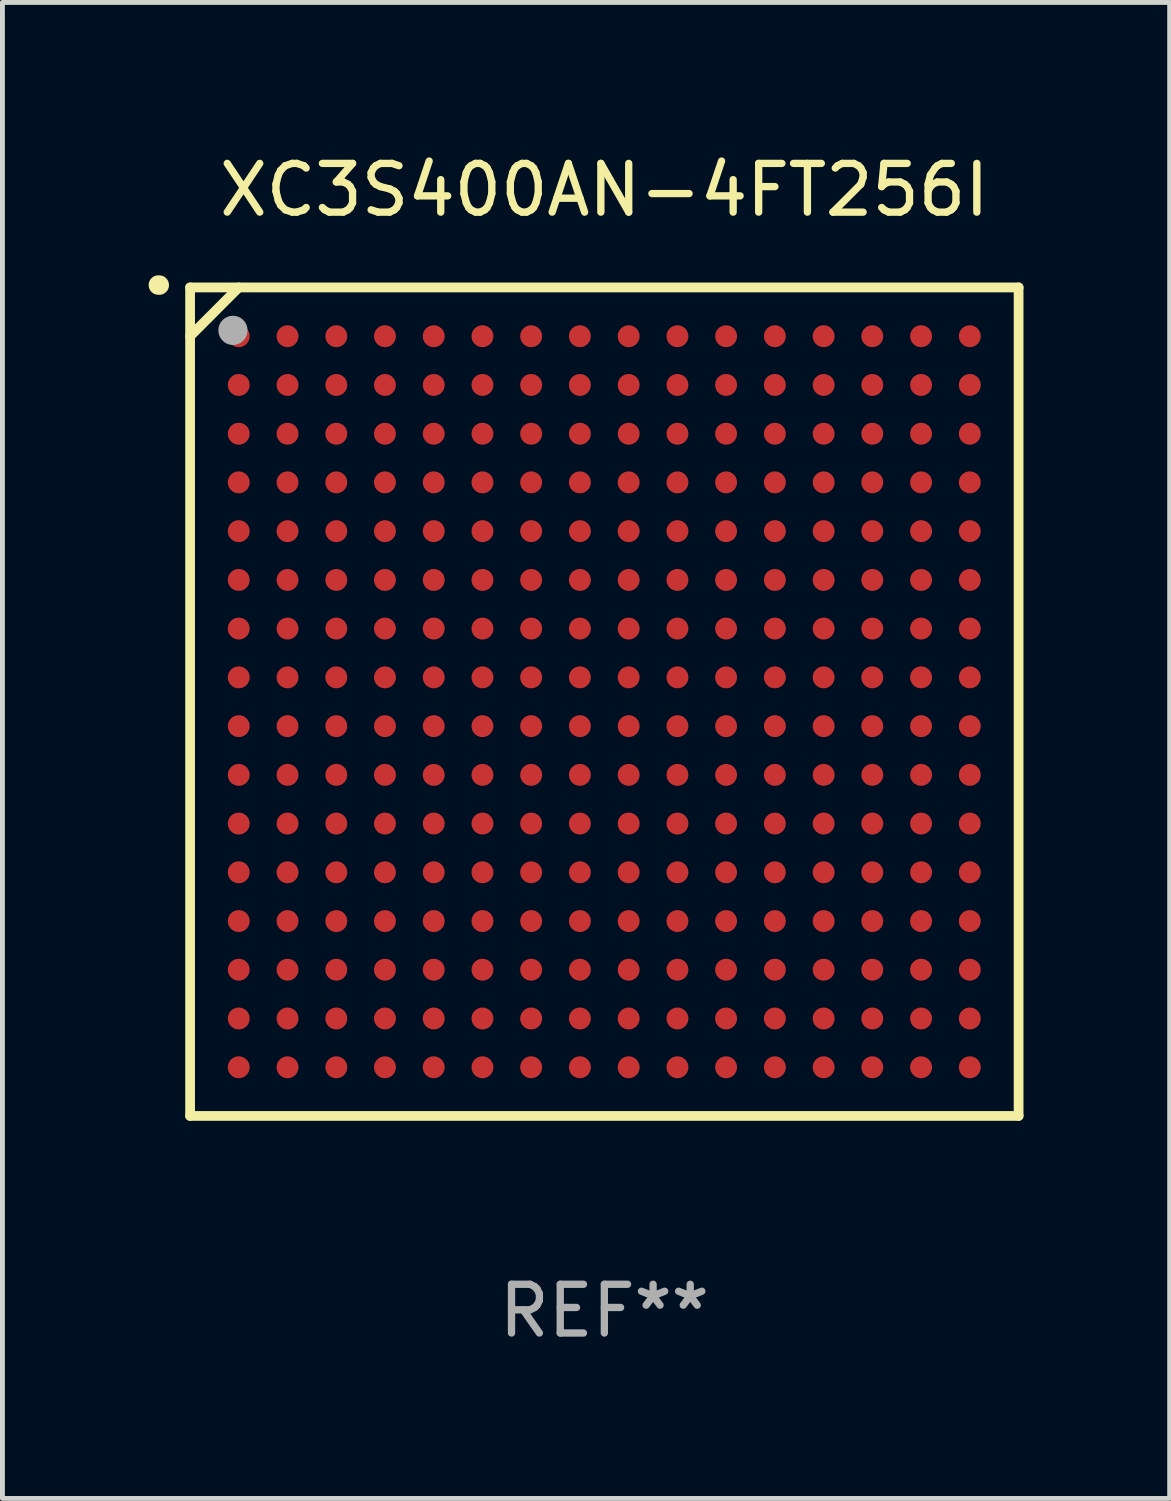
<source format=kicad_pcb>
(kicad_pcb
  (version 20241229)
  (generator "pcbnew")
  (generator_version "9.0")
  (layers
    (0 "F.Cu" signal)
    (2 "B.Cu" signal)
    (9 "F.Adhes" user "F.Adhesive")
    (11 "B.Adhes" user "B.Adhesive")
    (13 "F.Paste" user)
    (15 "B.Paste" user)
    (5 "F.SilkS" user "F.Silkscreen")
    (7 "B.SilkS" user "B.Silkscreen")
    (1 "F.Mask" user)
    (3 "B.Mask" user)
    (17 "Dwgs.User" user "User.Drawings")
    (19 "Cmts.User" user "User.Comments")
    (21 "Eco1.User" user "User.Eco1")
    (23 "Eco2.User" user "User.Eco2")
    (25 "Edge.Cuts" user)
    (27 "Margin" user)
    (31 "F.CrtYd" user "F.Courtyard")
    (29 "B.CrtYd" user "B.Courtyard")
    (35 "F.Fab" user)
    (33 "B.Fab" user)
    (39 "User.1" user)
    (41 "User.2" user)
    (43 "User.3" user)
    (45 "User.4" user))
  (footprint "XC3S400AN-4FT256I"
    (layer "F.Cu")
    (at 9.351 11.348)
    (property "Reference" "XC3S400AN-4FT256I" (at 0 -10.5 0) (layer "F.SilkS") (effects (font (size 1 1) (thickness 0.15))))
    (attr through_hole)
    (fp_line (start -8.5 -8.5) (end 8.5 -8.5) (stroke (width 0.2) (type solid)) (layer "F.SilkS"))
    (fp_line (start -8.5 -7.499) (end -7.502 -8.5) (stroke (width 0.2) (type solid)) (layer "F.SilkS"))
    (fp_line (start -8.5 8.5) (end -8.5 -8.5) (stroke (width 0.2) (type solid)) (layer "F.SilkS"))
    (fp_line (start 8.5 -8.5) (end 8.5 8.5) (stroke (width 0.2) (type solid)) (layer "F.SilkS"))
    (fp_line (start 8.5 8.5) (end -8.5 8.5) (stroke (width 0.2) (type solid)) (layer "F.SilkS"))
    (fp_arc (start -9.151181 -8.548768) (mid -9.142295 -8.548541) (end -9.133426 -8.547955) (stroke (width 0.4) (type solid)) (layer "F.SilkS"))
    (fp_circle (center -8.501 -8.499) (end -8.471 -8.499) (stroke (width 0.06) (type solid)) (fill no) (layer "F.SilkS"))
    (fp_circle (center -7.621 -7.619) (end -7.471 -7.619) (stroke (width 0.3) (type solid)) (fill no) (layer "F.Fab"))
    (fp_text user "REF**" (at 0 12.5 0) (layer "F.Fab") (effects (font (size 1 1) (thickness 0.15))))
    (pad "A1" smd circle (at -7.502 -7.499) (size 0.45 0.45) (layers "F.Cu" "F.Mask" "F.Paste"))
    (pad "A2" smd circle (at -6.501 -7.499) (size 0.45 0.45) (layers "F.Cu" "F.Mask" "F.Paste"))
    (pad "A3" smd circle (at -5.5 -7.499) (size 0.45 0.45) (layers "F.Cu" "F.Mask" "F.Paste"))
    (pad "A4" smd circle (at -4.502 -7.499) (size 0.45 0.45) (layers "F.Cu" "F.Mask" "F.Paste"))
    (pad "A5" smd circle (at -3.501 -7.499) (size 0.45 0.45) (layers "F.Cu" "F.Mask" "F.Paste"))
    (pad "A6" smd circle (at -2.501 -7.499) (size 0.45 0.45) (layers "F.Cu" "F.Mask" "F.Paste"))
    (pad "A7" smd circle (at -1.502 -7.499) (size 0.45 0.45) (layers "F.Cu" "F.Mask" "F.Paste"))
    (pad "A8" smd circle (at -0.502 -7.499) (size 0.45 0.45) (layers "F.Cu" "F.Mask" "F.Paste"))
    (pad "A9" smd circle (at 0.499 -7.499) (size 0.45 0.45) (layers "F.Cu" "F.Mask" "F.Paste"))
    (pad "A10" smd circle (at 1.5 -7.499) (size 0.45 0.45) (layers "F.Cu" "F.Mask" "F.Paste"))
    (pad "A11" smd circle (at 2.498 -7.499) (size 0.45 0.45) (layers "F.Cu" "F.Mask" "F.Paste"))
    (pad "A12" smd circle (at 3.499 -7.499) (size 0.45 0.45) (layers "F.Cu" "F.Mask" "F.Paste"))
    (pad "A13" smd circle (at 4.5 -7.499) (size 0.45 0.45) (layers "F.Cu" "F.Mask" "F.Paste"))
    (pad "A14" smd circle (at 5.498 -7.499) (size 0.45 0.45) (layers "F.Cu" "F.Mask" "F.Paste"))
    (pad "A15" smd circle (at 6.499 -7.499) (size 0.45 0.45) (layers "F.Cu" "F.Mask" "F.Paste"))
    (pad "A16" smd circle (at 7.499 -7.499) (size 0.45 0.45) (layers "F.Cu" "F.Mask" "F.Paste"))
    (pad "B1" smd circle (at -7.502 -6.499) (size 0.45 0.45) (layers "F.Cu" "F.Mask" "F.Paste"))
    (pad "B2" smd circle (at -6.501 -6.499) (size 0.45 0.45) (layers "F.Cu" "F.Mask" "F.Paste"))
    (pad "B3" smd circle (at -5.5 -6.499) (size 0.45 0.45) (layers "F.Cu" "F.Mask" "F.Paste"))
    (pad "B4" smd circle (at -4.502 -6.499) (size 0.45 0.45) (layers "F.Cu" "F.Mask" "F.Paste"))
    (pad "B5" smd circle (at -3.501 -6.499) (size 0.45 0.45) (layers "F.Cu" "F.Mask" "F.Paste"))
    (pad "B6" smd circle (at -2.501 -6.499) (size 0.45 0.45) (layers "F.Cu" "F.Mask" "F.Paste"))
    (pad "B7" smd circle (at -1.502 -6.499) (size 0.45 0.45) (layers "F.Cu" "F.Mask" "F.Paste"))
    (pad "B8" smd circle (at -0.502 -6.499) (size 0.45 0.45) (layers "F.Cu" "F.Mask" "F.Paste"))
    (pad "B9" smd circle (at 0.499 -6.499) (size 0.45 0.45) (layers "F.Cu" "F.Mask" "F.Paste"))
    (pad "B10" smd circle (at 1.5 -6.499) (size 0.45 0.45) (layers "F.Cu" "F.Mask" "F.Paste"))
    (pad "B11" smd circle (at 2.498 -6.499) (size 0.45 0.45) (layers "F.Cu" "F.Mask" "F.Paste"))
    (pad "B12" smd circle (at 3.499 -6.499) (size 0.45 0.45) (layers "F.Cu" "F.Mask" "F.Paste"))
    (pad "B13" smd circle (at 4.5 -6.499) (size 0.45 0.45) (layers "F.Cu" "F.Mask" "F.Paste"))
    (pad "B14" smd circle (at 5.498 -6.499) (size 0.45 0.45) (layers "F.Cu" "F.Mask" "F.Paste"))
    (pad "B15" smd circle (at 6.499 -6.499) (size 0.45 0.45) (layers "F.Cu" "F.Mask" "F.Paste"))
    (pad "B16" smd circle (at 7.499 -6.499) (size 0.45 0.45) (layers "F.Cu" "F.Mask" "F.Paste"))
    (pad "C1" smd circle (at -7.502 -5.498) (size 0.45 0.45) (layers "F.Cu" "F.Mask" "F.Paste"))
    (pad "C2" smd circle (at -6.501 -5.498) (size 0.45 0.45) (layers "F.Cu" "F.Mask" "F.Paste"))
    (pad "C3" smd circle (at -5.5 -5.498) (size 0.45 0.45) (layers "F.Cu" "F.Mask" "F.Paste"))
    (pad "C4" smd circle (at -4.502 -5.498) (size 0.45 0.45) (layers "F.Cu" "F.Mask" "F.Paste"))
    (pad "C5" smd circle (at -3.501 -5.498) (size 0.45 0.45) (layers "F.Cu" "F.Mask" "F.Paste"))
    (pad "C6" smd circle (at -2.501 -5.498) (size 0.45 0.45) (layers "F.Cu" "F.Mask" "F.Paste"))
    (pad "C7" smd circle (at -1.502 -5.498) (size 0.45 0.45) (layers "F.Cu" "F.Mask" "F.Paste"))
    (pad "C8" smd circle (at -0.502 -5.498) (size 0.45 0.45) (layers "F.Cu" "F.Mask" "F.Paste"))
    (pad "C9" smd circle (at 0.499 -5.498) (size 0.45 0.45) (layers "F.Cu" "F.Mask" "F.Paste"))
    (pad "C10" smd circle (at 1.5 -5.498) (size 0.45 0.45) (layers "F.Cu" "F.Mask" "F.Paste"))
    (pad "C11" smd circle (at 2.498 -5.498) (size 0.45 0.45) (layers "F.Cu" "F.Mask" "F.Paste"))
    (pad "C12" smd circle (at 3.499 -5.498) (size 0.45 0.45) (layers "F.Cu" "F.Mask" "F.Paste"))
    (pad "C13" smd circle (at 4.5 -5.498) (size 0.45 0.45) (layers "F.Cu" "F.Mask" "F.Paste"))
    (pad "C14" smd circle (at 5.498 -5.498) (size 0.45 0.45) (layers "F.Cu" "F.Mask" "F.Paste"))
    (pad "C15" smd circle (at 6.499 -5.498) (size 0.45 0.45) (layers "F.Cu" "F.Mask" "F.Paste"))
    (pad "C16" smd circle (at 7.499 -5.498) (size 0.45 0.45) (layers "F.Cu" "F.Mask" "F.Paste"))
    (pad "D1" smd circle (at -7.502 -4.5) (size 0.45 0.45) (layers "F.Cu" "F.Mask" "F.Paste"))
    (pad "D2" smd circle (at -6.501 -4.5) (size 0.45 0.45) (layers "F.Cu" "F.Mask" "F.Paste"))
    (pad "D3" smd circle (at -5.5 -4.5) (size 0.45 0.45) (layers "F.Cu" "F.Mask" "F.Paste"))
    (pad "D4" smd circle (at -4.502 -4.5) (size 0.45 0.45) (layers "F.Cu" "F.Mask" "F.Paste"))
    (pad "D5" smd circle (at -3.501 -4.5) (size 0.45 0.45) (layers "F.Cu" "F.Mask" "F.Paste"))
    (pad "D6" smd circle (at -2.501 -4.5) (size 0.45 0.45) (layers "F.Cu" "F.Mask" "F.Paste"))
    (pad "D7" smd circle (at -1.502 -4.5) (size 0.45 0.45) (layers "F.Cu" "F.Mask" "F.Paste"))
    (pad "D8" smd circle (at -0.502 -4.5) (size 0.45 0.45) (layers "F.Cu" "F.Mask" "F.Paste"))
    (pad "D9" smd circle (at 0.499 -4.5) (size 0.45 0.45) (layers "F.Cu" "F.Mask" "F.Paste"))
    (pad "D10" smd circle (at 1.5 -4.5) (size 0.45 0.45) (layers "F.Cu" "F.Mask" "F.Paste"))
    (pad "D11" smd circle (at 2.498 -4.5) (size 0.45 0.45) (layers "F.Cu" "F.Mask" "F.Paste"))
    (pad "D12" smd circle (at 3.499 -4.5) (size 0.45 0.45) (layers "F.Cu" "F.Mask" "F.Paste"))
    (pad "D13" smd circle (at 4.5 -4.5) (size 0.45 0.45) (layers "F.Cu" "F.Mask" "F.Paste"))
    (pad "D14" smd circle (at 5.498 -4.5) (size 0.45 0.45) (layers "F.Cu" "F.Mask" "F.Paste"))
    (pad "D15" smd circle (at 6.499 -4.5) (size 0.45 0.45) (layers "F.Cu" "F.Mask" "F.Paste"))
    (pad "D16" smd circle (at 7.499 -4.5) (size 0.45 0.45) (layers "F.Cu" "F.Mask" "F.Paste"))
    (pad "E1" smd circle (at -7.502 -3.499) (size 0.45 0.45) (layers "F.Cu" "F.Mask" "F.Paste"))
    (pad "E2" smd circle (at -6.501 -3.499) (size 0.45 0.45) (layers "F.Cu" "F.Mask" "F.Paste"))
    (pad "E3" smd circle (at -5.5 -3.499) (size 0.45 0.45) (layers "F.Cu" "F.Mask" "F.Paste"))
    (pad "E4" smd circle (at -4.502 -3.499) (size 0.45 0.45) (layers "F.Cu" "F.Mask" "F.Paste"))
    (pad "E5" smd circle (at -3.501 -3.499) (size 0.45 0.45) (layers "F.Cu" "F.Mask" "F.Paste"))
    (pad "E6" smd circle (at -2.501 -3.499) (size 0.45 0.45) (layers "F.Cu" "F.Mask" "F.Paste"))
    (pad "E7" smd circle (at -1.502 -3.499) (size 0.45 0.45) (layers "F.Cu" "F.Mask" "F.Paste"))
    (pad "E8" smd circle (at -0.502 -3.499) (size 0.45 0.45) (layers "F.Cu" "F.Mask" "F.Paste"))
    (pad "E9" smd circle (at 0.499 -3.499) (size 0.45 0.45) (layers "F.Cu" "F.Mask" "F.Paste"))
    (pad "E10" smd circle (at 1.5 -3.499) (size 0.45 0.45) (layers "F.Cu" "F.Mask" "F.Paste"))
    (pad "E11" smd circle (at 2.498 -3.499) (size 0.45 0.45) (layers "F.Cu" "F.Mask" "F.Paste"))
    (pad "E12" smd circle (at 3.499 -3.499) (size 0.45 0.45) (layers "F.Cu" "F.Mask" "F.Paste"))
    (pad "E13" smd circle (at 4.5 -3.499) (size 0.45 0.45) (layers "F.Cu" "F.Mask" "F.Paste"))
    (pad "E14" smd circle (at 5.498 -3.499) (size 0.45 0.45) (layers "F.Cu" "F.Mask" "F.Paste"))
    (pad "E15" smd circle (at 6.499 -3.499) (size 0.45 0.45) (layers "F.Cu" "F.Mask" "F.Paste"))
    (pad "E16" smd circle (at 7.499 -3.499) (size 0.45 0.45) (layers "F.Cu" "F.Mask" "F.Paste"))
    (pad "F1" smd circle (at -7.502 -2.498) (size 0.45 0.45) (layers "F.Cu" "F.Mask" "F.Paste"))
    (pad "F2" smd circle (at -6.501 -2.498) (size 0.45 0.45) (layers "F.Cu" "F.Mask" "F.Paste"))
    (pad "F3" smd circle (at -5.5 -2.498) (size 0.45 0.45) (layers "F.Cu" "F.Mask" "F.Paste"))
    (pad "F4" smd circle (at -4.502 -2.498) (size 0.45 0.45) (layers "F.Cu" "F.Mask" "F.Paste"))
    (pad "F5" smd circle (at -3.501 -2.498) (size 0.45 0.45) (layers "F.Cu" "F.Mask" "F.Paste"))
    (pad "F6" smd circle (at -2.501 -2.498) (size 0.45 0.45) (layers "F.Cu" "F.Mask" "F.Paste"))
    (pad "F7" smd circle (at -1.502 -2.498) (size 0.45 0.45) (layers "F.Cu" "F.Mask" "F.Paste"))
    (pad "F8" smd circle (at -0.502 -2.498) (size 0.45 0.45) (layers "F.Cu" "F.Mask" "F.Paste"))
    (pad "F9" smd circle (at 0.499 -2.498) (size 0.45 0.45) (layers "F.Cu" "F.Mask" "F.Paste"))
    (pad "F10" smd circle (at 1.5 -2.498) (size 0.45 0.45) (layers "F.Cu" "F.Mask" "F.Paste"))
    (pad "F11" smd circle (at 2.498 -2.498) (size 0.45 0.45) (layers "F.Cu" "F.Mask" "F.Paste"))
    (pad "F12" smd circle (at 3.499 -2.498) (size 0.45 0.45) (layers "F.Cu" "F.Mask" "F.Paste"))
    (pad "F13" smd circle (at 4.5 -2.498) (size 0.45 0.45) (layers "F.Cu" "F.Mask" "F.Paste"))
    (pad "F14" smd circle (at 5.498 -2.498) (size 0.45 0.45) (layers "F.Cu" "F.Mask" "F.Paste"))
    (pad "F15" smd circle (at 6.499 -2.498) (size 0.45 0.45) (layers "F.Cu" "F.Mask" "F.Paste"))
    (pad "F16" smd circle (at 7.499 -2.498) (size 0.45 0.45) (layers "F.Cu" "F.Mask" "F.Paste"))
    (pad "G1" smd circle (at -7.502 -1.5) (size 0.45 0.45) (layers "F.Cu" "F.Mask" "F.Paste"))
    (pad "G2" smd circle (at -6.501 -1.5) (size 0.45 0.45) (layers "F.Cu" "F.Mask" "F.Paste"))
    (pad "G3" smd circle (at -5.5 -1.5) (size 0.45 0.45) (layers "F.Cu" "F.Mask" "F.Paste"))
    (pad "G4" smd circle (at -4.502 -1.5) (size 0.45 0.45) (layers "F.Cu" "F.Mask" "F.Paste"))
    (pad "G5" smd circle (at -3.501 -1.5) (size 0.45 0.45) (layers "F.Cu" "F.Mask" "F.Paste"))
    (pad "G6" smd circle (at -2.501 -1.5) (size 0.45 0.45) (layers "F.Cu" "F.Mask" "F.Paste"))
    (pad "G7" smd circle (at -1.502 -1.5) (size 0.45 0.45) (layers "F.Cu" "F.Mask" "F.Paste"))
    (pad "G8" smd circle (at -0.502 -1.5) (size 0.45 0.45) (layers "F.Cu" "F.Mask" "F.Paste"))
    (pad "G9" smd circle (at 0.499 -1.5) (size 0.45 0.45) (layers "F.Cu" "F.Mask" "F.Paste"))
    (pad "G10" smd circle (at 1.5 -1.5) (size 0.45 0.45) (layers "F.Cu" "F.Mask" "F.Paste"))
    (pad "G11" smd circle (at 2.498 -1.5) (size 0.45 0.45) (layers "F.Cu" "F.Mask" "F.Paste"))
    (pad "G12" smd circle (at 3.499 -1.5) (size 0.45 0.45) (layers "F.Cu" "F.Mask" "F.Paste"))
    (pad "G13" smd circle (at 4.5 -1.5) (size 0.45 0.45) (layers "F.Cu" "F.Mask" "F.Paste"))
    (pad "G14" smd circle (at 5.498 -1.5) (size 0.45 0.45) (layers "F.Cu" "F.Mask" "F.Paste"))
    (pad "G15" smd circle (at 6.499 -1.5) (size 0.45 0.45) (layers "F.Cu" "F.Mask" "F.Paste"))
    (pad "G16" smd circle (at 7.499 -1.5) (size 0.45 0.45) (layers "F.Cu" "F.Mask" "F.Paste"))
    (pad "H1" smd circle (at -7.502 -0.499) (size 0.45 0.45) (layers "F.Cu" "F.Mask" "F.Paste"))
    (pad "H2" smd circle (at -6.501 -0.499) (size 0.45 0.45) (layers "F.Cu" "F.Mask" "F.Paste"))
    (pad "H3" smd circle (at -5.5 -0.499) (size 0.45 0.45) (layers "F.Cu" "F.Mask" "F.Paste"))
    (pad "H4" smd circle (at -4.502 -0.499) (size 0.45 0.45) (layers "F.Cu" "F.Mask" "F.Paste"))
    (pad "H5" smd circle (at -3.501 -0.499) (size 0.45 0.45) (layers "F.Cu" "F.Mask" "F.Paste"))
    (pad "H6" smd circle (at -2.501 -0.499) (size 0.45 0.45) (layers "F.Cu" "F.Mask" "F.Paste"))
    (pad "H7" smd circle (at -1.502 -0.499) (size 0.45 0.45) (layers "F.Cu" "F.Mask" "F.Paste"))
    (pad "H8" smd circle (at -0.502 -0.499) (size 0.45 0.45) (layers "F.Cu" "F.Mask" "F.Paste"))
    (pad "H9" smd circle (at 0.499 -0.499) (size 0.45 0.45) (layers "F.Cu" "F.Mask" "F.Paste"))
    (pad "H10" smd circle (at 1.5 -0.499) (size 0.45 0.45) (layers "F.Cu" "F.Mask" "F.Paste"))
    (pad "H11" smd circle (at 2.498 -0.499) (size 0.45 0.45) (layers "F.Cu" "F.Mask" "F.Paste"))
    (pad "H12" smd circle (at 3.499 -0.499) (size 0.45 0.45) (layers "F.Cu" "F.Mask" "F.Paste"))
    (pad "H13" smd circle (at 4.5 -0.499) (size 0.45 0.45) (layers "F.Cu" "F.Mask" "F.Paste"))
    (pad "H14" smd circle (at 5.498 -0.499) (size 0.45 0.45) (layers "F.Cu" "F.Mask" "F.Paste"))
    (pad "H15" smd circle (at 6.499 -0.499) (size 0.45 0.45) (layers "F.Cu" "F.Mask" "F.Paste"))
    (pad "H16" smd circle (at 7.499 -0.499) (size 0.45 0.45) (layers "F.Cu" "F.Mask" "F.Paste"))
    (pad "J1" smd circle (at -7.502 0.502) (size 0.45 0.45) (layers "F.Cu" "F.Mask" "F.Paste"))
    (pad "J2" smd circle (at -6.501 0.502) (size 0.45 0.45) (layers "F.Cu" "F.Mask" "F.Paste"))
    (pad "J3" smd circle (at -5.5 0.502) (size 0.45 0.45) (layers "F.Cu" "F.Mask" "F.Paste"))
    (pad "J4" smd circle (at -4.502 0.502) (size 0.45 0.45) (layers "F.Cu" "F.Mask" "F.Paste"))
    (pad "J5" smd circle (at -3.501 0.502) (size 0.45 0.45) (layers "F.Cu" "F.Mask" "F.Paste"))
    (pad "J6" smd circle (at -2.501 0.502) (size 0.45 0.45) (layers "F.Cu" "F.Mask" "F.Paste"))
    (pad "J7" smd circle (at -1.502 0.502) (size 0.45 0.45) (layers "F.Cu" "F.Mask" "F.Paste"))
    (pad "J8" smd circle (at -0.502 0.502) (size 0.45 0.45) (layers "F.Cu" "F.Mask" "F.Paste"))
    (pad "J9" smd circle (at 0.499 0.502) (size 0.45 0.45) (layers "F.Cu" "F.Mask" "F.Paste"))
    (pad "J10" smd circle (at 1.5 0.502) (size 0.45 0.45) (layers "F.Cu" "F.Mask" "F.Paste"))
    (pad "J11" smd circle (at 2.498 0.502) (size 0.45 0.45) (layers "F.Cu" "F.Mask" "F.Paste"))
    (pad "J12" smd circle (at 3.499 0.502) (size 0.45 0.45) (layers "F.Cu" "F.Mask" "F.Paste"))
    (pad "J13" smd circle (at 4.5 0.502) (size 0.45 0.45) (layers "F.Cu" "F.Mask" "F.Paste"))
    (pad "J14" smd circle (at 5.498 0.502) (size 0.45 0.45) (layers "F.Cu" "F.Mask" "F.Paste"))
    (pad "J15" smd circle (at 6.499 0.502) (size 0.45 0.45) (layers "F.Cu" "F.Mask" "F.Paste"))
    (pad "J16" smd circle (at 7.499 0.502) (size 0.45 0.45) (layers "F.Cu" "F.Mask" "F.Paste"))
    (pad "K1" smd circle (at -7.502 1.502) (size 0.45 0.45) (layers "F.Cu" "F.Mask" "F.Paste"))
    (pad "K2" smd circle (at -6.501 1.502) (size 0.45 0.45) (layers "F.Cu" "F.Mask" "F.Paste"))
    (pad "K3" smd circle (at -5.5 1.502) (size 0.45 0.45) (layers "F.Cu" "F.Mask" "F.Paste"))
    (pad "K4" smd circle (at -4.502 1.502) (size 0.45 0.45) (layers "F.Cu" "F.Mask" "F.Paste"))
    (pad "K5" smd circle (at -3.501 1.502) (size 0.45 0.45) (layers "F.Cu" "F.Mask" "F.Paste"))
    (pad "K6" smd circle (at -2.501 1.502) (size 0.45 0.45) (layers "F.Cu" "F.Mask" "F.Paste"))
    (pad "K7" smd circle (at -1.502 1.502) (size 0.45 0.45) (layers "F.Cu" "F.Mask" "F.Paste"))
    (pad "K8" smd circle (at -0.502 1.502) (size 0.45 0.45) (layers "F.Cu" "F.Mask" "F.Paste"))
    (pad "K9" smd circle (at 0.499 1.502) (size 0.45 0.45) (layers "F.Cu" "F.Mask" "F.Paste"))
    (pad "K10" smd circle (at 1.5 1.502) (size 0.45 0.45) (layers "F.Cu" "F.Mask" "F.Paste"))
    (pad "K11" smd circle (at 2.498 1.502) (size 0.45 0.45) (layers "F.Cu" "F.Mask" "F.Paste"))
    (pad "K12" smd circle (at 3.499 1.502) (size 0.45 0.45) (layers "F.Cu" "F.Mask" "F.Paste"))
    (pad "K13" smd circle (at 4.5 1.502) (size 0.45 0.45) (layers "F.Cu" "F.Mask" "F.Paste"))
    (pad "K14" smd circle (at 5.498 1.502) (size 0.45 0.45) (layers "F.Cu" "F.Mask" "F.Paste"))
    (pad "K15" smd circle (at 6.499 1.502) (size 0.45 0.45) (layers "F.Cu" "F.Mask" "F.Paste"))
    (pad "K16" smd circle (at 7.499 1.502) (size 0.45 0.45) (layers "F.Cu" "F.Mask" "F.Paste"))
    (pad "L1" smd circle (at -7.502 2.501) (size 0.45 0.45) (layers "F.Cu" "F.Mask" "F.Paste"))
    (pad "L2" smd circle (at -6.501 2.501) (size 0.45 0.45) (layers "F.Cu" "F.Mask" "F.Paste"))
    (pad "L3" smd circle (at -5.5 2.501) (size 0.45 0.45) (layers "F.Cu" "F.Mask" "F.Paste"))
    (pad "L4" smd circle (at -4.502 2.501) (size 0.45 0.45) (layers "F.Cu" "F.Mask" "F.Paste"))
    (pad "L5" smd circle (at -3.501 2.501) (size 0.45 0.45) (layers "F.Cu" "F.Mask" "F.Paste"))
    (pad "L6" smd circle (at -2.501 2.501) (size 0.45 0.45) (layers "F.Cu" "F.Mask" "F.Paste"))
    (pad "L7" smd circle (at -1.502 2.501) (size 0.45 0.45) (layers "F.Cu" "F.Mask" "F.Paste"))
    (pad "L8" smd circle (at -0.502 2.501) (size 0.45 0.45) (layers "F.Cu" "F.Mask" "F.Paste"))
    (pad "L9" smd circle (at 0.499 2.501) (size 0.45 0.45) (layers "F.Cu" "F.Mask" "F.Paste"))
    (pad "L10" smd circle (at 1.5 2.501) (size 0.45 0.45) (layers "F.Cu" "F.Mask" "F.Paste"))
    (pad "L11" smd circle (at 2.498 2.501) (size 0.45 0.45) (layers "F.Cu" "F.Mask" "F.Paste"))
    (pad "L12" smd circle (at 3.499 2.501) (size 0.45 0.45) (layers "F.Cu" "F.Mask" "F.Paste"))
    (pad "L13" smd circle (at 4.5 2.501) (size 0.45 0.45) (layers "F.Cu" "F.Mask" "F.Paste"))
    (pad "L14" smd circle (at 5.498 2.501) (size 0.45 0.45) (layers "F.Cu" "F.Mask" "F.Paste"))
    (pad "L15" smd circle (at 6.499 2.501) (size 0.45 0.45) (layers "F.Cu" "F.Mask" "F.Paste"))
    (pad "L16" smd circle (at 7.499 2.501) (size 0.45 0.45) (layers "F.Cu" "F.Mask" "F.Paste"))
    (pad "M1" smd circle (at -7.502 3.501) (size 0.45 0.45) (layers "F.Cu" "F.Mask" "F.Paste"))
    (pad "M2" smd circle (at -6.501 3.501) (size 0.45 0.45) (layers "F.Cu" "F.Mask" "F.Paste"))
    (pad "M3" smd circle (at -5.5 3.501) (size 0.45 0.45) (layers "F.Cu" "F.Mask" "F.Paste"))
    (pad "M4" smd circle (at -4.502 3.501) (size 0.45 0.45) (layers "F.Cu" "F.Mask" "F.Paste"))
    (pad "M5" smd circle (at -3.501 3.501) (size 0.45 0.45) (layers "F.Cu" "F.Mask" "F.Paste"))
    (pad "M6" smd circle (at -2.501 3.501) (size 0.45 0.45) (layers "F.Cu" "F.Mask" "F.Paste"))
    (pad "M7" smd circle (at -1.502 3.501) (size 0.45 0.45) (layers "F.Cu" "F.Mask" "F.Paste"))
    (pad "M8" smd circle (at -0.502 3.501) (size 0.45 0.45) (layers "F.Cu" "F.Mask" "F.Paste"))
    (pad "M9" smd circle (at 0.499 3.501) (size 0.45 0.45) (layers "F.Cu" "F.Mask" "F.Paste"))
    (pad "M10" smd circle (at 1.5 3.501) (size 0.45 0.45) (layers "F.Cu" "F.Mask" "F.Paste"))
    (pad "M11" smd circle (at 2.498 3.501) (size 0.45 0.45) (layers "F.Cu" "F.Mask" "F.Paste"))
    (pad "M12" smd circle (at 3.499 3.501) (size 0.45 0.45) (layers "F.Cu" "F.Mask" "F.Paste"))
    (pad "M13" smd circle (at 4.5 3.501) (size 0.45 0.45) (layers "F.Cu" "F.Mask" "F.Paste"))
    (pad "M14" smd circle (at 5.498 3.501) (size 0.45 0.45) (layers "F.Cu" "F.Mask" "F.Paste"))
    (pad "M15" smd circle (at 6.499 3.501) (size 0.45 0.45) (layers "F.Cu" "F.Mask" "F.Paste"))
    (pad "M16" smd circle (at 7.499 3.501) (size 0.45 0.45) (layers "F.Cu" "F.Mask" "F.Paste"))
    (pad "N1" smd circle (at -7.502 4.502) (size 0.45 0.45) (layers "F.Cu" "F.Mask" "F.Paste"))
    (pad "N2" smd circle (at -6.501 4.502) (size 0.45 0.45) (layers "F.Cu" "F.Mask" "F.Paste"))
    (pad "N3" smd circle (at -5.5 4.502) (size 0.45 0.45) (layers "F.Cu" "F.Mask" "F.Paste"))
    (pad "N4" smd circle (at -4.502 4.502) (size 0.45 0.45) (layers "F.Cu" "F.Mask" "F.Paste"))
    (pad "N5" smd circle (at -3.501 4.502) (size 0.45 0.45) (layers "F.Cu" "F.Mask" "F.Paste"))
    (pad "N6" smd circle (at -2.501 4.502) (size 0.45 0.45) (layers "F.Cu" "F.Mask" "F.Paste"))
    (pad "N7" smd circle (at -1.502 4.502) (size 0.45 0.45) (layers "F.Cu" "F.Mask" "F.Paste"))
    (pad "N8" smd circle (at -0.502 4.502) (size 0.45 0.45) (layers "F.Cu" "F.Mask" "F.Paste"))
    (pad "N9" smd circle (at 0.499 4.502) (size 0.45 0.45) (layers "F.Cu" "F.Mask" "F.Paste"))
    (pad "N10" smd circle (at 1.5 4.502) (size 0.45 0.45) (layers "F.Cu" "F.Mask" "F.Paste"))
    (pad "N11" smd circle (at 2.498 4.502) (size 0.45 0.45) (layers "F.Cu" "F.Mask" "F.Paste"))
    (pad "N12" smd circle (at 3.499 4.502) (size 0.45 0.45) (layers "F.Cu" "F.Mask" "F.Paste"))
    (pad "N13" smd circle (at 4.5 4.502) (size 0.45 0.45) (layers "F.Cu" "F.Mask" "F.Paste"))
    (pad "N14" smd circle (at 5.498 4.502) (size 0.45 0.45) (layers "F.Cu" "F.Mask" "F.Paste"))
    (pad "N15" smd circle (at 6.499 4.502) (size 0.45 0.45) (layers "F.Cu" "F.Mask" "F.Paste"))
    (pad "N16" smd circle (at 7.499 4.502) (size 0.45 0.45) (layers "F.Cu" "F.Mask" "F.Paste"))
    (pad "P1" smd circle (at -7.502 5.5) (size 0.45 0.45) (layers "F.Cu" "F.Mask" "F.Paste"))
    (pad "P2" smd circle (at -6.501 5.5) (size 0.45 0.45) (layers "F.Cu" "F.Mask" "F.Paste"))
    (pad "P3" smd circle (at -5.5 5.5) (size 0.45 0.45) (layers "F.Cu" "F.Mask" "F.Paste"))
    (pad "P4" smd circle (at -4.502 5.5) (size 0.45 0.45) (layers "F.Cu" "F.Mask" "F.Paste"))
    (pad "P5" smd circle (at -3.501 5.5) (size 0.45 0.45) (layers "F.Cu" "F.Mask" "F.Paste"))
    (pad "P6" smd circle (at -2.501 5.5) (size 0.45 0.45) (layers "F.Cu" "F.Mask" "F.Paste"))
    (pad "P7" smd circle (at -1.502 5.5) (size 0.45 0.45) (layers "F.Cu" "F.Mask" "F.Paste"))
    (pad "P8" smd circle (at -0.502 5.5) (size 0.45 0.45) (layers "F.Cu" "F.Mask" "F.Paste"))
    (pad "P9" smd circle (at 0.499 5.5) (size 0.45 0.45) (layers "F.Cu" "F.Mask" "F.Paste"))
    (pad "P10" smd circle (at 1.5 5.5) (size 0.45 0.45) (layers "F.Cu" "F.Mask" "F.Paste"))
    (pad "P11" smd circle (at 2.498 5.5) (size 0.45 0.45) (layers "F.Cu" "F.Mask" "F.Paste"))
    (pad "P12" smd circle (at 3.499 5.5) (size 0.45 0.45) (layers "F.Cu" "F.Mask" "F.Paste"))
    (pad "P13" smd circle (at 4.5 5.5) (size 0.45 0.45) (layers "F.Cu" "F.Mask" "F.Paste"))
    (pad "P14" smd circle (at 5.498 5.5) (size 0.45 0.45) (layers "F.Cu" "F.Mask" "F.Paste"))
    (pad "P15" smd circle (at 6.499 5.5) (size 0.45 0.45) (layers "F.Cu" "F.Mask" "F.Paste"))
    (pad "P16" smd circle (at 7.499 5.5) (size 0.45 0.45) (layers "F.Cu" "F.Mask" "F.Paste"))
    (pad "R1" smd circle (at -7.502 6.501) (size 0.45 0.45) (layers "F.Cu" "F.Mask" "F.Paste"))
    (pad "R2" smd circle (at -6.501 6.501) (size 0.45 0.45) (layers "F.Cu" "F.Mask" "F.Paste"))
    (pad "R3" smd circle (at -5.5 6.501) (size 0.45 0.45) (layers "F.Cu" "F.Mask" "F.Paste"))
    (pad "R4" smd circle (at -4.502 6.501) (size 0.45 0.45) (layers "F.Cu" "F.Mask" "F.Paste"))
    (pad "R5" smd circle (at -3.501 6.501) (size 0.45 0.45) (layers "F.Cu" "F.Mask" "F.Paste"))
    (pad "R6" smd circle (at -2.501 6.501) (size 0.45 0.45) (layers "F.Cu" "F.Mask" "F.Paste"))
    (pad "R7" smd circle (at -1.502 6.501) (size 0.45 0.45) (layers "F.Cu" "F.Mask" "F.Paste"))
    (pad "R8" smd circle (at -0.502 6.501) (size 0.45 0.45) (layers "F.Cu" "F.Mask" "F.Paste"))
    (pad "R9" smd circle (at 0.499 6.501) (size 0.45 0.45) (layers "F.Cu" "F.Mask" "F.Paste"))
    (pad "R10" smd circle (at 1.5 6.501) (size 0.45 0.45) (layers "F.Cu" "F.Mask" "F.Paste"))
    (pad "R11" smd circle (at 2.498 6.501) (size 0.45 0.45) (layers "F.Cu" "F.Mask" "F.Paste"))
    (pad "R12" smd circle (at 3.499 6.501) (size 0.45 0.45) (layers "F.Cu" "F.Mask" "F.Paste"))
    (pad "R13" smd circle (at 4.5 6.501) (size 0.45 0.45) (layers "F.Cu" "F.Mask" "F.Paste"))
    (pad "R14" smd circle (at 5.498 6.501) (size 0.45 0.45) (layers "F.Cu" "F.Mask" "F.Paste"))
    (pad "R15" smd circle (at 6.499 6.501) (size 0.45 0.45) (layers "F.Cu" "F.Mask" "F.Paste"))
    (pad "R16" smd circle (at 7.499 6.501) (size 0.45 0.45) (layers "F.Cu" "F.Mask" "F.Paste"))
    (pad "T1" smd circle (at -7.502 7.502) (size 0.45 0.45) (layers "F.Cu" "F.Mask" "F.Paste"))
    (pad "T2" smd circle (at -6.501 7.502) (size 0.45 0.45) (layers "F.Cu" "F.Mask" "F.Paste"))
    (pad "T3" smd circle (at -5.5 7.502) (size 0.45 0.45) (layers "F.Cu" "F.Mask" "F.Paste"))
    (pad "T4" smd circle (at -4.502 7.502) (size 0.45 0.45) (layers "F.Cu" "F.Mask" "F.Paste"))
    (pad "T5" smd circle (at -3.501 7.502) (size 0.45 0.45) (layers "F.Cu" "F.Mask" "F.Paste"))
    (pad "T6" smd circle (at -2.501 7.502) (size 0.45 0.45) (layers "F.Cu" "F.Mask" "F.Paste"))
    (pad "T7" smd circle (at -1.502 7.502) (size 0.45 0.45) (layers "F.Cu" "F.Mask" "F.Paste"))
    (pad "T8" smd circle (at -0.502 7.502) (size 0.45 0.45) (layers "F.Cu" "F.Mask" "F.Paste"))
    (pad "T9" smd circle (at 0.499 7.502) (size 0.45 0.45) (layers "F.Cu" "F.Mask" "F.Paste"))
    (pad "T10" smd circle (at 1.5 7.502) (size 0.45 0.45) (layers "F.Cu" "F.Mask" "F.Paste"))
    (pad "T11" smd circle (at 2.498 7.502) (size 0.45 0.45) (layers "F.Cu" "F.Mask" "F.Paste"))
    (pad "T12" smd circle (at 3.499 7.502) (size 0.45 0.45) (layers "F.Cu" "F.Mask" "F.Paste"))
    (pad "T13" smd circle (at 4.5 7.502) (size 0.45 0.45) (layers "F.Cu" "F.Mask" "F.Paste"))
    (pad "T14" smd circle (at 5.498 7.502) (size 0.45 0.45) (layers "F.Cu" "F.Mask" "F.Paste"))
    (pad "T15" smd circle (at 6.499 7.502) (size 0.45 0.45) (layers "F.Cu" "F.Mask" "F.Paste"))
    (pad "T16" smd circle (at 7.499 7.502) (size 0.45 0.45) (layers "F.Cu" "F.Mask" "F.Paste")))
  (gr_rect
    (start -3 -3)
    (end 20.951 27.697)
    (stroke (width 0.1) (type default))
    (fill no)
    (layer "Edge.Cuts")))
</source>
